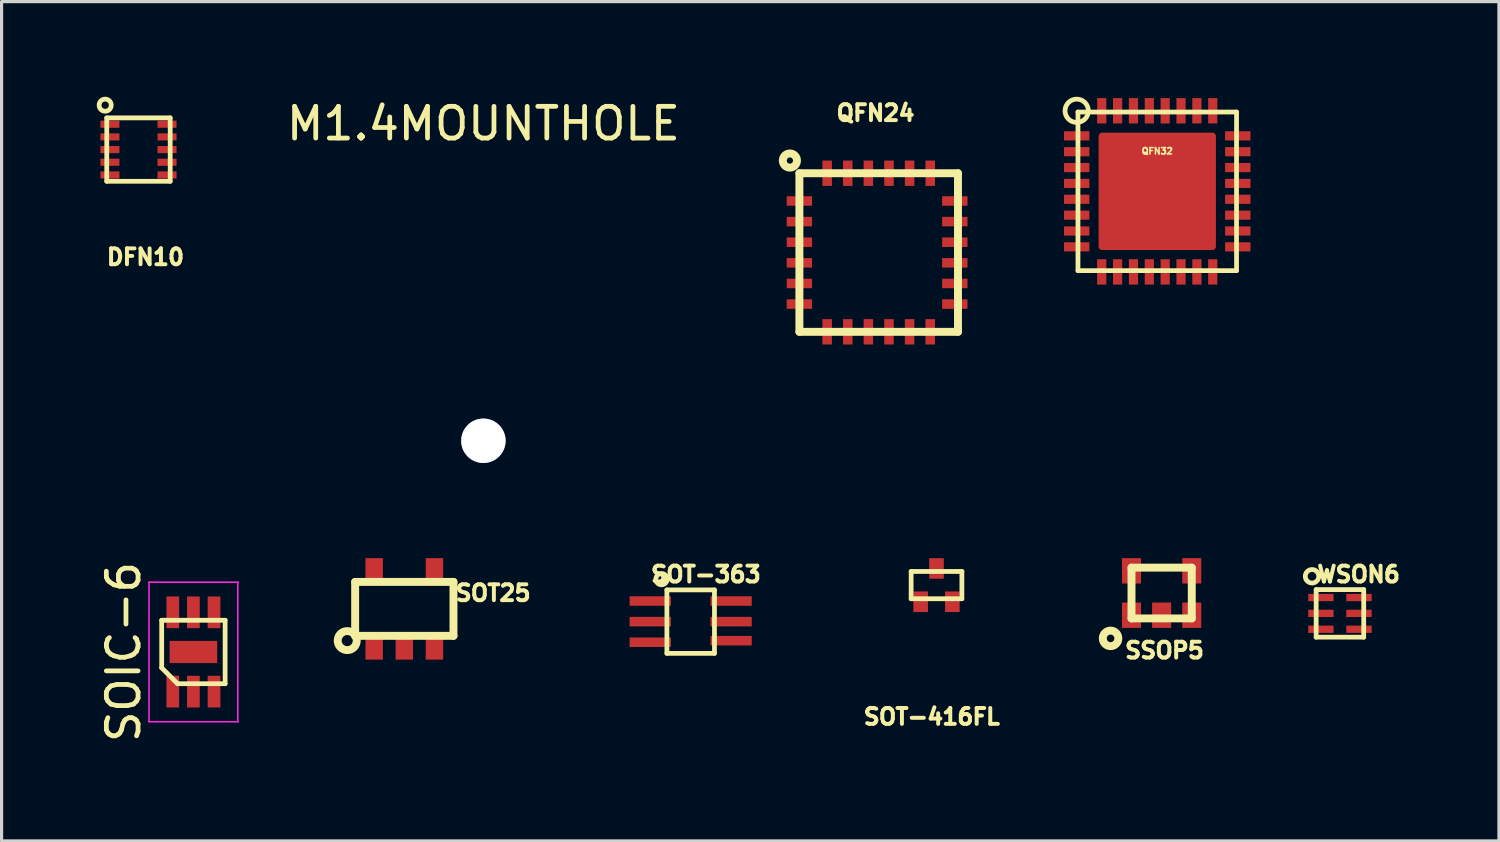
<source format=kicad_pcb>
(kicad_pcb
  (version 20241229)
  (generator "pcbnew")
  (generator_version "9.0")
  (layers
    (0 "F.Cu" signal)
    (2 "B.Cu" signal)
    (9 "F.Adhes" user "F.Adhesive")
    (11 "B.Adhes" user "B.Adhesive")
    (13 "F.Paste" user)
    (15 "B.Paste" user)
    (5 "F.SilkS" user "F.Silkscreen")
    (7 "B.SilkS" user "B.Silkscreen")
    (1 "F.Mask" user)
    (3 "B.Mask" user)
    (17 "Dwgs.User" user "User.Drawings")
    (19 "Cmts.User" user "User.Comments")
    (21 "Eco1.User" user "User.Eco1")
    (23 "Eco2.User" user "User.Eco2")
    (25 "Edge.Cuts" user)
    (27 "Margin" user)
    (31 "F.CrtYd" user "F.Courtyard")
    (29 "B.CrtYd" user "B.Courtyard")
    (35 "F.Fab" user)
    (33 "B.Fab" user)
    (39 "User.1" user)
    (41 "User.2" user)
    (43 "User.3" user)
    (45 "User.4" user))
  (footprint "SOT-363"
    (layer "F.Cu")
    (at 18.727 16.55)
    (property "Reference" "SOT-363" (at 0.48 -1.49 0) (layer "F.SilkS") (effects (font (size 0.5 0.5) (thickness 0.125))))
    (attr through_hole)
    (fp_line (start -0.75 -1) (end -0.75 1) (stroke (width 0.15) (type solid)) (layer "F.SilkS"))
    (fp_line (start -0.75 1) (end 0.75 1) (stroke (width 0.15) (type solid)) (layer "F.SilkS"))
    (fp_line (start 0.75 -1) (end -0.75 -1) (stroke (width 0.15) (type solid)) (layer "F.SilkS"))
    (fp_line (start 0.75 1) (end 0.75 -1) (stroke (width 0.15) (type solid)) (layer "F.SilkS"))
    (fp_circle (center -0.92 -1.34) (end -0.78 -1.23) (stroke (width 0.15) (type solid)) (fill no) (layer "F.SilkS"))
    (pad "1" smd rect (at -1.275 -0.65 180) (size 1.3 0.3) (layers "F.Cu" "F.Mask" "F.Paste"))
    (pad "2" smd rect (at -1.275 0 180) (size 1.3 0.3) (layers "F.Cu" "F.Mask" "F.Paste"))
    (pad "3" smd rect (at -1.275 0.65 180) (size 1.3 0.3) (layers "F.Cu" "F.Mask" "F.Paste"))
    (pad "4" smd rect (at 1.275 0.6 180) (size 1.3 0.3) (layers "F.Cu" "F.Mask" "F.Paste"))
    (pad "5" smd rect (at 1.275 0 180) (size 1.3 0.3) (layers "F.Cu" "F.Mask" "F.Paste"))
    (pad "6" smd rect (at 1.275 -0.65 180) (size 1.3 0.3) (layers "F.Cu" "F.Mask" "F.Paste")))
  (footprint "QFN32"
    (layer "F.Cu")
    (at 33.438 2.983)
    (property "Reference" "QFN32" (at 0 -1.27 0) (layer "F.SilkS") (effects (font (size 0.2 0.2) (thickness 0.05))))
    (attr through_hole)
    (fp_line (start -2.5 -2.5) (end 2.5 -2.5) (stroke (width 0.15) (type solid)) (layer "F.SilkS"))
    (fp_line (start -2.5 2.5) (end -2.5 -2.5) (stroke (width 0.15) (type solid)) (layer "F.SilkS"))
    (fp_line (start -2.5 2.5) (end 2.5 2.5) (stroke (width 0.15) (type solid)) (layer "F.SilkS"))
    (fp_line (start 2.5 2.5) (end 2.5 -2.5) (stroke (width 0.15) (type solid)) (layer "F.SilkS"))
    (fp_circle (center -2.54 -2.54) (end -2.8 -2.8) (stroke (width 0.15) (type solid)) (fill no) (layer "F.SilkS"))
    (pad "0" smd roundrect (at 0 0 90) (size 3.7 3.7) (layers "F.Cu" "F.Mask" "F.Paste") (roundrect_rratio 0.03))
    (pad "1" smd rect (at -2.54 -1.75) (size 0.8 0.29) (layers "F.Cu" "F.Mask" "F.Paste"))
    (pad "2" smd rect (at -2.54 -1.25) (size 0.8 0.29) (layers "F.Cu" "F.Mask" "F.Paste"))
    (pad "3" smd rect (at -2.54 -0.75) (size 0.8 0.29) (layers "F.Cu" "F.Mask" "F.Paste"))
    (pad "4" smd rect (at -2.54 -0.25) (size 0.8 0.29) (layers "F.Cu" "F.Mask" "F.Paste"))
    (pad "5" smd rect (at -2.54 0.25) (size 0.8 0.29) (layers "F.Cu" "F.Mask" "F.Paste"))
    (pad "6" smd rect (at -2.54 0.75) (size 0.8 0.29) (layers "F.Cu" "F.Mask" "F.Paste"))
    (pad "7" smd rect (at -2.54 1.25) (size 0.8 0.29) (layers "F.Cu" "F.Mask" "F.Paste"))
    (pad "8" smd rect (at -2.54 1.75) (size 0.8 0.29) (layers "F.Cu" "F.Mask" "F.Paste"))
    (pad "9" smd rect (at -1.75 2.54 90) (size 0.8 0.29) (layers "F.Cu" "F.Mask" "F.Paste"))
    (pad "10" smd rect (at -1.25 2.54 90) (size 0.8 0.29) (layers "F.Cu" "F.Mask" "F.Paste"))
    (pad "11" smd rect (at -0.75 2.54 90) (size 0.8 0.29) (layers "F.Cu" "F.Mask" "F.Paste"))
    (pad "12" smd rect (at -0.25 2.54 90) (size 0.8 0.29) (layers "F.Cu" "F.Mask" "F.Paste"))
    (pad "13" smd rect (at 0.25 2.54 90) (size 0.8 0.29) (layers "F.Cu" "F.Mask" "F.Paste"))
    (pad "14" smd rect (at 0.75 2.54 90) (size 0.8 0.29) (layers "F.Cu" "F.Mask" "F.Paste"))
    (pad "15" smd rect (at 1.25 2.54 90) (size 0.8 0.29) (layers "F.Cu" "F.Mask" "F.Paste"))
    (pad "16" smd rect (at 1.75 2.54 90) (size 0.8 0.29) (layers "F.Cu" "F.Mask" "F.Paste"))
    (pad "17" smd rect (at 2.54 1.75) (size 0.8 0.29) (layers "F.Cu" "F.Mask" "F.Paste"))
    (pad "18" smd rect (at 2.54 1.25) (size 0.8 0.29) (layers "F.Cu" "F.Mask" "F.Paste"))
    (pad "19" smd rect (at 2.54 0.75) (size 0.8 0.29) (layers "F.Cu" "F.Mask" "F.Paste"))
    (pad "20" smd rect (at 2.54 0.25) (size 0.8 0.29) (layers "F.Cu" "F.Mask" "F.Paste"))
    (pad "21" smd rect (at 2.54 -0.25) (size 0.8 0.29) (layers "F.Cu" "F.Mask" "F.Paste"))
    (pad "22" smd rect (at 2.54 -0.75) (size 0.8 0.29) (layers "F.Cu" "F.Mask" "F.Paste"))
    (pad "23" smd rect (at 2.54 -1.25) (size 0.8 0.29) (layers "F.Cu" "F.Mask" "F.Paste"))
    (pad "24" smd rect (at 2.54 -1.75) (size 0.8 0.29) (layers "F.Cu" "F.Mask" "F.Paste"))
    (pad "25" smd rect (at 1.75 -2.54 90) (size 0.8 0.29) (layers "F.Cu" "F.Mask" "F.Paste"))
    (pad "26" smd rect (at 1.25 -2.54 90) (size 0.8 0.29) (layers "F.Cu" "F.Mask" "F.Paste"))
    (pad "27" smd rect (at 0.75 -2.54 90) (size 0.8 0.29) (layers "F.Cu" "F.Mask" "F.Paste"))
    (pad "28" smd rect (at 0.25 -2.54 90) (size 0.8 0.29) (layers "F.Cu" "F.Mask" "F.Paste"))
    (pad "29" smd rect (at -0.25 -2.54 90) (size 0.8 0.29) (layers "F.Cu" "F.Mask" "F.Paste"))
    (pad "30" smd rect (at -0.75 -2.54 90) (size 0.8 0.29) (layers "F.Cu" "F.Mask" "F.Paste"))
    (pad "31" smd rect (at -1.25 -2.54 90) (size 0.8 0.29) (layers "F.Cu" "F.Mask" "F.Paste"))
    (pad "32" smd rect (at -1.75 -2.54 90) (size 0.8 0.29) (layers "F.Cu" "F.Mask" "F.Paste")))
  (footprint "WSON6"
    (layer "F.Cu")
    (at 39.198 16.29)
    (property "Reference" "WSON6" (at 0.59 -1.23 0) (layer "F.SilkS") (effects (font (size 0.5 0.5) (thickness 0.125))))
    (attr through_hole)
    (fp_line (start -0.75 -0.75) (end 0.75 -0.75) (stroke (width 0.15) (type solid)) (layer "F.SilkS"))
    (fp_line (start -0.75 0.75) (end -0.75 -0.75) (stroke (width 0.15) (type solid)) (layer "F.SilkS"))
    (fp_line (start 0.75 -0.75) (end 0.75 0.75) (stroke (width 0.15) (type solid)) (layer "F.SilkS"))
    (fp_line (start 0.75 0.75) (end -0.75 0.75) (stroke (width 0.15) (type solid)) (layer "F.SilkS"))
    (fp_circle (center -0.88 -1.17) (end -0.74 -1.01) (stroke (width 0.15) (type solid)) (fill no) (layer "F.SilkS"))
    (pad "1" smd rect (at -0.6 -0.5 180) (size 0.8 0.23) (layers "F.Cu" "F.Mask" "F.Paste"))
    (pad "2" smd rect (at -0.6 0 180) (size 0.8 0.23) (layers "F.Cu" "F.Mask" "F.Paste"))
    (pad "3" smd rect (at -0.6 0.5 180) (size 0.8 0.23) (layers "F.Cu" "F.Mask" "F.Paste"))
    (pad "4" smd rect (at 0.6 0.5 180) (size 0.8 0.23) (layers "F.Cu" "F.Mask" "F.Paste"))
    (pad "5" smd rect (at 0.6 0 180) (size 0.8 0.23) (layers "F.Cu" "F.Mask" "F.Paste"))
    (pad "6" smd rect (at 0.6 -0.5 180) (size 0.8 0.23) (layers "F.Cu" "F.Mask" "F.Paste")))
  (footprint "QFN24"
    (layer "F.Cu")
    (at 24.655 4.912)
    (property "Reference" "QFN24" (at -0.1 -4.4 0) (layer "F.SilkS") (effects (font (size 0.5 0.5) (thickness 0.125))))
    (attr through_hole)
    (fp_line (start -2.5 -2.5) (end 2.5 -2.5) (stroke (width 0.25) (type solid)) (layer "F.SilkS"))
    (fp_line (start -2.5 2.5) (end -2.5 -2.5) (stroke (width 0.25) (type solid)) (layer "F.SilkS"))
    (fp_line (start 2.5 -2.5) (end 2.5 2.5) (stroke (width 0.25) (type solid)) (layer "F.SilkS"))
    (fp_line (start 2.5 2.5) (end -2.5 2.5) (stroke (width 0.25) (type solid)) (layer "F.SilkS"))
    (fp_circle (center -2.8 -2.9) (end -2.6 -2.8) (stroke (width 0.25) (type solid)) (fill no) (layer "F.SilkS"))
    (pad "1" smd rect (at -2.5 -1.625) (size 0.8 0.3) (layers "F.Cu" "F.Mask" "F.Paste"))
    (pad "2" smd rect (at -2.5 -0.975) (size 0.8 0.3) (layers "F.Cu" "F.Mask" "F.Paste"))
    (pad "3" smd rect (at -2.5 -0.325) (size 0.8 0.3) (layers "F.Cu" "F.Mask" "F.Paste"))
    (pad "4" smd rect (at -2.5 0.325) (size 0.8 0.3) (layers "F.Cu" "F.Mask" "F.Paste"))
    (pad "5" smd rect (at -2.5 0.975) (size 0.8 0.3) (layers "F.Cu" "F.Mask" "F.Paste"))
    (pad "6" smd rect (at -2.5 1.625) (size 0.8 0.3) (layers "F.Cu" "F.Mask" "F.Paste"))
    (pad "7" smd rect (at -1.625 2.5 90) (size 0.8 0.3) (layers "F.Cu" "F.Mask" "F.Paste"))
    (pad "8" smd rect (at -0.975 2.5 90) (size 0.8 0.3) (layers "F.Cu" "F.Mask" "F.Paste"))
    (pad "9" smd rect (at -0.325 2.5 90) (size 0.8 0.3) (layers "F.Cu" "F.Mask" "F.Paste"))
    (pad "10" smd rect (at 0.325 2.5 90) (size 0.8 0.3) (layers "F.Cu" "F.Mask" "F.Paste"))
    (pad "11" smd rect (at 0.975 2.5 90) (size 0.8 0.3) (layers "F.Cu" "F.Mask" "F.Paste"))
    (pad "12" smd rect (at 1.625 2.5 90) (size 0.8 0.3) (layers "F.Cu" "F.Mask" "F.Paste"))
    (pad "13" smd rect (at 2.4 1.625) (size 0.8 0.3) (layers "F.Cu" "F.Mask" "F.Paste"))
    (pad "14" smd rect (at 2.4 0.975) (size 0.8 0.3) (layers "F.Cu" "F.Mask" "F.Paste"))
    (pad "15" smd rect (at 2.4 0.325) (size 0.8 0.3) (layers "F.Cu" "F.Mask" "F.Paste"))
    (pad "16" smd rect (at 2.4 -0.325) (size 0.8 0.3) (layers "F.Cu" "F.Mask" "F.Paste"))
    (pad "17" smd rect (at 2.4 -0.975) (size 0.8 0.3) (layers "F.Cu" "F.Mask" "F.Paste"))
    (pad "18" smd rect (at 2.4 -1.625) (size 0.8 0.3) (layers "F.Cu" "F.Mask" "F.Paste"))
    (pad "19" smd rect (at 1.625 -2.5 90) (size 0.8 0.3) (layers "F.Cu" "F.Mask" "F.Paste"))
    (pad "20" smd rect (at 0.975 -2.5 90) (size 0.8 0.3) (layers "F.Cu" "F.Mask" "F.Paste"))
    (pad "21" smd rect (at 0.325 -2.5 90) (size 0.8 0.3) (layers "F.Cu" "F.Mask" "F.Paste"))
    (pad "22" smd rect (at -0.325 -2.5 90) (size 0.8 0.3) (layers "F.Cu" "F.Mask" "F.Paste"))
    (pad "23" smd rect (at -0.975 -2.5 90) (size 0.8 0.3) (layers "F.Cu" "F.Mask" "F.Paste"))
    (pad "24" smd rect (at -1.625 -2.5 90) (size 0.8 0.3) (layers "F.Cu" "F.Mask" "F.Paste")))
  (footprint "SOT25"
    (layer "F.Cu")
    (at 9.698 16.148)
    (property "Reference" "SOT25" (at 2.8 -0.5 0) (layer "F.SilkS") (effects (font (size 0.5 0.5) (thickness 0.125))))
    (attr through_hole)
    (fp_line (start -1.55 -0.85) (end -1.55 0.85) (stroke (width 0.25) (type solid)) (layer "F.SilkS"))
    (fp_line (start -1.55 -0.85) (end 1.55 -0.85) (stroke (width 0.25) (type solid)) (layer "F.SilkS"))
    (fp_line (start -1.55 0.85) (end 1.55 0.85) (stroke (width 0.25) (type solid)) (layer "F.SilkS"))
    (fp_line (start 1.55 -0.85) (end 1.55 0.85) (stroke (width 0.25) (type solid)) (layer "F.SilkS"))
    (fp_circle (center -1.8 1) (end -1.8 1.3) (stroke (width 0.25) (type solid)) (fill no) (layer "F.SilkS"))
    (pad "1" smd rect (at -0.95 1.2) (size 0.55 0.8) (layers "F.Cu" "F.Mask" "F.Paste"))
    (pad "2" smd rect (at 0 1.2) (size 0.55 0.8) (layers "F.Cu" "F.Mask" "F.Paste"))
    (pad "3" smd rect (at 0.95 1.2) (size 0.55 0.8) (layers "F.Cu" "F.Mask" "F.Paste"))
    (pad "4" smd rect (at 0.95 -1.2) (size 0.55 0.8) (layers "F.Cu" "F.Mask" "F.Paste"))
    (pad "5" smd rect (at -0.95 -1.2) (size 0.55 0.8) (layers "F.Cu" "F.Mask" "F.Paste")))
  (footprint "DFN10"
    (layer "F.Cu")
    (at 1.316 1.666)
    (property "Reference" "DFN10" (at 0.22 3.39 0) (layer "F.SilkS") (effects (font (size 0.5 0.5) (thickness 0.125))))
    (attr through_hole)
    (fp_line (start -1 -1) (end 1 -1) (stroke (width 0.15) (type solid)) (layer "F.SilkS"))
    (fp_line (start -1 1) (end -1 -1) (stroke (width 0.15) (type solid)) (layer "F.SilkS"))
    (fp_line (start 1 -1) (end 1 1) (stroke (width 0.15) (type solid)) (layer "F.SilkS"))
    (fp_line (start 1 1) (end -1 1) (stroke (width 0.15) (type solid)) (layer "F.SilkS"))
    (fp_circle (center -1.05 -1.4) (end -0.91 -1.27) (stroke (width 0.15) (type solid)) (fill no) (layer "F.SilkS"))
    (pad "1" smd rect (at -0.9 -0.8) (size 0.6 0.225) (layers "F.Cu" "F.Mask" "F.Paste"))
    (pad "2" smd rect (at -0.9 -0.4) (size 0.6 0.225) (layers "F.Cu" "F.Mask" "F.Paste"))
    (pad "3" smd rect (at -0.9 0) (size 0.6 0.225) (layers "F.Cu" "F.Mask" "F.Paste"))
    (pad "4" smd rect (at -0.9 0.4) (size 0.6 0.225) (layers "F.Cu" "F.Mask" "F.Paste"))
    (pad "5" smd rect (at -0.9 0.8) (size 0.6 0.225) (layers "F.Cu" "F.Mask" "F.Paste"))
    (pad "6" smd rect (at 0.9 0.8) (size 0.6 0.225) (layers "F.Cu" "F.Mask" "F.Paste"))
    (pad "7" smd rect (at 0.9 0.4) (size 0.6 0.225) (layers "F.Cu" "F.Mask" "F.Paste"))
    (pad "8" smd rect (at 0.9 0) (size 0.6 0.225) (layers "F.Cu" "F.Mask" "F.Paste"))
    (pad "9" smd rect (at 0.9 -0.4) (size 0.6 0.225) (layers "F.Cu" "F.Mask" "F.Paste"))
    (pad "10" smd rect (at 0.9 -0.8) (size 0.6 0.225) (layers "F.Cu" "F.Mask" "F.Paste")))
  (footprint "SOIC-6"
    (layer "F.Cu")
    (at 3.048 17.507)
    (property "Reference" "SOIC-6" (at -2.2 0 90) (layer "F.SilkS") (effects (font (size 1 1) (thickness 0.15))))
    (attr smd)
    (fp_line (start -1 -1) (end 1 -1) (stroke (width 0.15) (type solid)) (layer "F.SilkS"))
    (fp_line (start -1 0.5) (end -1 -1) (stroke (width 0.15) (type solid)) (layer "F.SilkS"))
    (fp_line (start -0.5 1) (end -1 0.5) (stroke (width 0.15) (type solid)) (layer "F.SilkS"))
    (fp_line (start 1 -1) (end 1 1) (stroke (width 0.15) (type solid)) (layer "F.SilkS"))
    (fp_line (start 1 1) (end -0.5 1) (stroke (width 0.15) (type solid)) (layer "F.SilkS"))
    (fp_line (start -1.4 -2.2) (end 1.4 -2.2) (stroke (width 0.05) (type solid)) (layer "F.CrtYd"))
    (fp_line (start -1.4 2.2) (end -1.4 -2.2) (stroke (width 0.05) (type solid)) (layer "F.CrtYd"))
    (fp_line (start 1.4 -2.2) (end 1.4 2.2) (stroke (width 0.05) (type solid)) (layer "F.CrtYd"))
    (fp_line (start 1.4 2.2) (end -1.4 2.2) (stroke (width 0.05) (type solid)) (layer "F.CrtYd"))
    (pad "1" smd rect (at -0.65 1.25) (size 0.4 1) (layers "F.Cu" "F.Mask" "F.Paste"))
    (pad "2" smd rect (at 0 1.25) (size 0.4 1) (layers "F.Cu" "F.Mask" "F.Paste"))
    (pad "3" smd rect (at 0.65 1.25) (size 0.4 1) (layers "F.Cu" "F.Mask" "F.Paste"))
    (pad "4" smd rect (at 0.65 -1.25) (size 0.4 1) (layers "F.Cu" "F.Mask" "F.Paste"))
    (pad "5" smd rect (at 0 -1.25) (size 0.4 1) (layers "F.Cu" "F.Mask" "F.Paste"))
    (pad "6" smd rect (at -0.65 -1.25) (size 0.4 1) (layers "F.Cu" "F.Mask" "F.Paste"))
    (pad "7" smd rect (at 0 0) (size 1.5 0.7) (layers "F.Cu" "F.Mask" "F.Paste")))
  (footprint "SSOP5"
    (layer "F.Cu")
    (at 33.576 15.648)
    (property "Reference" "SSOP5" (at 0.09 1.81 0) (layer "F.SilkS") (effects (font (size 0.5 0.5) (thickness 0.125))))
    (attr through_hole)
    (fp_line (start -0.95 -0.8) (end -0.95 0.8) (stroke (width 0.25) (type solid)) (layer "F.SilkS"))
    (fp_line (start -0.95 -0.8) (end 0.95 -0.8) (stroke (width 0.25) (type solid)) (layer "F.SilkS"))
    (fp_line (start -0.95 0.8) (end 0.95 0.8) (stroke (width 0.25) (type solid)) (layer "F.SilkS"))
    (fp_line (start 0.95 -0.8) (end 0.95 0.8) (stroke (width 0.25) (type solid)) (layer "F.SilkS"))
    (fp_circle (center -1.61 1.43) (end -1.37 1.48) (stroke (width 0.25) (type solid)) (fill no) (layer "F.SilkS"))
    (pad "1" smd rect (at -0.95 0.7) (size 0.6 0.8) (layers "F.Cu" "F.Mask" "F.Paste"))
    (pad "2" smd rect (at 0 0.7) (size 0.6 0.8) (layers "F.Cu" "F.Mask" "F.Paste"))
    (pad "3" smd rect (at 0.95 0.7) (size 0.6 0.8) (layers "F.Cu" "F.Mask" "F.Paste"))
    (pad "4" smd rect (at 0.95 -0.7) (size 0.6 0.8) (layers "F.Cu" "F.Mask" "F.Paste"))
    (pad "5" smd rect (at -0.95 -0.7) (size 0.6 0.8) (layers "F.Cu" "F.Mask" "F.Paste")))
  (footprint "M1.4MOUNTHOLE"
    (layer "F.Cu")
    (at 12.191 10.848)
    (property "Reference" "M1.4MOUNTHOLE" (at 0 -10 0) (layer "F.SilkS") (effects (font (size 1 1) (thickness 0.15))))
    (attr through_hole)
    (pad "1" thru_hole circle (at 0 0) (size 1.4 1.4) (drill 1.4) (layers "*.Cu" "*.Mask")))
  (footprint "SOT-416FL"
    (layer "F.Cu")
    (at 26.478 15.398)
    (property "Reference" "SOT-416FL" (at -0.15 4.15 0) (layer "F.SilkS") (effects (font (size 0.5 0.5) (thickness 0.125))))
    (attr through_hole)
    (fp_line (start -0.8 -0.43) (end -0.8 0.43) (stroke (width 0.15) (type solid)) (layer "F.SilkS"))
    (fp_line (start -0.8 -0.43) (end 0.8 -0.43) (stroke (width 0.15) (type solid)) (layer "F.SilkS"))
    (fp_line (start -0.8 0.43) (end 0.8 0.43) (stroke (width 0.15) (type solid)) (layer "F.SilkS"))
    (fp_line (start 0.8 -0.43) (end 0.8 0.43) (stroke (width 0.15) (type solid)) (layer "F.SilkS"))
    (pad "1" smd rect (at -0.5 0.525) (size 0.46 0.65) (layers "F.Cu" "F.Mask" "F.Paste"))
    (pad "2" smd rect (at 0.5 0.525) (size 0.46 0.65) (layers "F.Cu" "F.Mask" "F.Paste"))
    (pad "3" smd rect (at 0 -0.525) (size 0.46 0.65) (layers "F.Cu" "F.Mask" "F.Paste")))
  (gr_rect
    (start -3 -3)
    (end 44.211 23.465)
    (stroke (width 0.1) (type default))
    (fill no)
    (layer "Edge.Cuts")))
</source>
